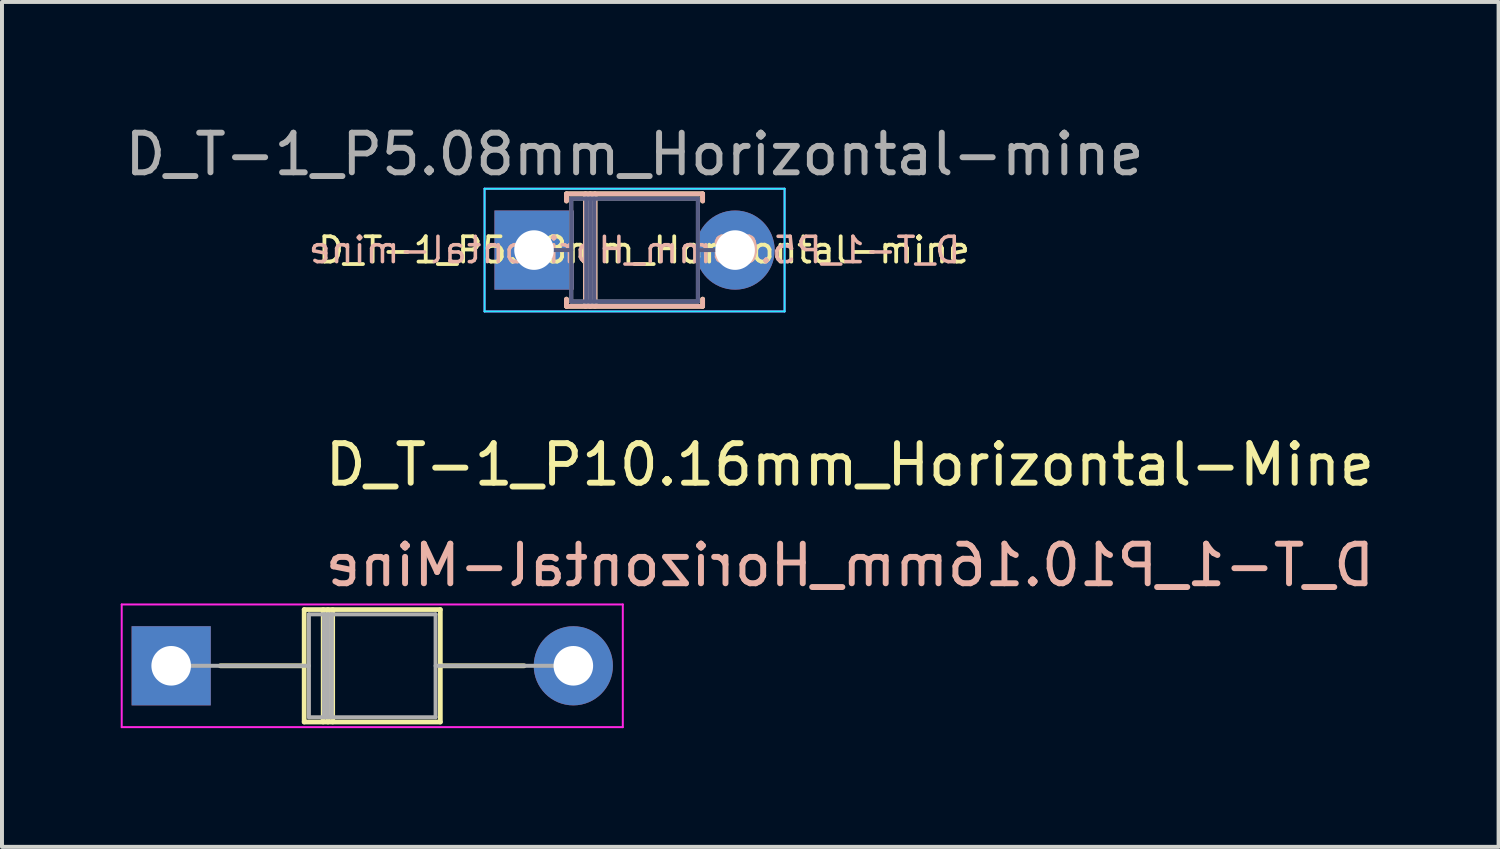
<source format=kicad_pcb>
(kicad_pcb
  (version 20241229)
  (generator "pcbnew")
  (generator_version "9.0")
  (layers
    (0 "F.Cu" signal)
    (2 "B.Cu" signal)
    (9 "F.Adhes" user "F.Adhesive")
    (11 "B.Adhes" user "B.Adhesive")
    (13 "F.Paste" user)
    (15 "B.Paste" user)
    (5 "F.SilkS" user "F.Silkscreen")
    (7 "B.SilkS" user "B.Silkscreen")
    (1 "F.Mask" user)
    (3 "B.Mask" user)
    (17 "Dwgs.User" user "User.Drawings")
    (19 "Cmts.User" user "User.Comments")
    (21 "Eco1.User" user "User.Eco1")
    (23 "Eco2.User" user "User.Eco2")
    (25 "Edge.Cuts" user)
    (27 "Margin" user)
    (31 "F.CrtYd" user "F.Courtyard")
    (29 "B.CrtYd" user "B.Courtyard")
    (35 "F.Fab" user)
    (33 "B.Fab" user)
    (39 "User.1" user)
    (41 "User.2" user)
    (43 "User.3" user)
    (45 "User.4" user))
  (footprint "D_T-1_P5.08mm_Horizontal-mine"
    (layer "F.Cu")
    (at 10.442 3.268)
    (property "Reference" "D_T-1_P5.08mm_Horizontal-mine" (at 2.54 -2.42 0) (layer "F.Fab") (effects (font (size 1 1) (thickness 0.15))))
    (attr through_hole)
    (fp_line (start 0.82 -1.42) (end 4.26 -1.42) (stroke (width 0.12) (type solid)) (layer "F.SilkS"))
    (fp_line (start 0.82 -1.24) (end 0.82 -1.42) (stroke (width 0.12) (type solid)) (layer "F.SilkS"))
    (fp_line (start 0.82 1.24) (end 0.82 1.42) (stroke (width 0.12) (type solid)) (layer "F.SilkS"))
    (fp_line (start 0.82 1.42) (end 4.26 1.42) (stroke (width 0.12) (type solid)) (layer "F.SilkS"))
    (fp_line (start 1.3 -1.42) (end 1.3 1.42) (stroke (width 0.12) (type solid)) (layer "F.SilkS"))
    (fp_line (start 1.42 -1.42) (end 1.42 1.42) (stroke (width 0.12) (type solid)) (layer "F.SilkS"))
    (fp_line (start 1.54 -1.42) (end 1.54 1.42) (stroke (width 0.12) (type solid)) (layer "F.SilkS"))
    (fp_line (start 4.26 -1.42) (end 4.26 -1.24) (stroke (width 0.12) (type solid)) (layer "F.SilkS"))
    (fp_line (start 4.26 1.42) (end 4.26 1.24) (stroke (width 0.12) (type solid)) (layer "F.SilkS"))
    (fp_line (start 0.82 -1.42) (end 4.26 -1.42) (stroke (width 0.12) (type solid)) (layer "B.SilkS"))
    (fp_line (start 0.82 -1.24) (end 0.82 -1.42) (stroke (width 0.12) (type solid)) (layer "B.SilkS"))
    (fp_line (start 0.82 1.24) (end 0.82 1.42) (stroke (width 0.12) (type solid)) (layer "B.SilkS"))
    (fp_line (start 0.82 1.42) (end 4.26 1.42) (stroke (width 0.12) (type solid)) (layer "B.SilkS"))
    (fp_line (start 1.3 -1.42) (end 1.3 1.42) (stroke (width 0.12) (type solid)) (layer "B.SilkS"))
    (fp_line (start 1.42 -1.42) (end 1.42 1.42) (stroke (width 0.12) (type solid)) (layer "B.SilkS"))
    (fp_line (start 1.54 -1.42) (end 1.54 1.42) (stroke (width 0.12) (type solid)) (layer "B.SilkS"))
    (fp_line (start 4.26 -1.42) (end 4.26 -1.24) (stroke (width 0.12) (type solid)) (layer "B.SilkS"))
    (fp_line (start 4.26 1.42) (end 4.26 1.24) (stroke (width 0.12) (type solid)) (layer "B.SilkS"))
    (fp_line (start -1.25 -1.55) (end -1.25 1.55) (stroke (width 0.05) (type solid)) (layer "B.CrtYd"))
    (fp_line (start -1.25 1.55) (end 6.33 1.55) (stroke (width 0.05) (type solid)) (layer "B.CrtYd"))
    (fp_line (start 6.33 -1.55) (end -1.25 -1.55) (stroke (width 0.05) (type solid)) (layer "B.CrtYd"))
    (fp_line (start 6.33 1.55) (end 6.33 -1.55) (stroke (width 0.05) (type solid)) (layer "B.CrtYd"))
    (fp_line (start -1.25 -1.55) (end -1.25 1.55) (stroke (width 0.05) (type solid)) (layer "F.CrtYd"))
    (fp_line (start -1.25 1.55) (end 6.33 1.55) (stroke (width 0.05) (type solid)) (layer "F.CrtYd"))
    (fp_line (start 6.33 -1.55) (end -1.25 -1.55) (stroke (width 0.05) (type solid)) (layer "F.CrtYd"))
    (fp_line (start 6.33 1.55) (end 6.33 -1.55) (stroke (width 0.05) (type solid)) (layer "F.CrtYd"))
    (fp_line (start 0 0) (end 0.94 0) (stroke (width 0.1) (type solid)) (layer "B.Fab"))
    (fp_line (start 0.94 -1.3) (end 0.94 1.3) (stroke (width 0.1) (type solid)) (layer "B.Fab"))
    (fp_line (start 0.94 1.3) (end 4.14 1.3) (stroke (width 0.1) (type solid)) (layer "B.Fab"))
    (fp_line (start 1.32 -1.3) (end 1.32 1.3) (stroke (width 0.1) (type solid)) (layer "B.Fab"))
    (fp_line (start 1.42 -1.3) (end 1.42 1.3) (stroke (width 0.1) (type solid)) (layer "B.Fab"))
    (fp_line (start 1.52 -1.3) (end 1.52 1.3) (stroke (width 0.1) (type solid)) (layer "B.Fab"))
    (fp_line (start 4.14 -1.3) (end 0.94 -1.3) (stroke (width 0.1) (type solid)) (layer "B.Fab"))
    (fp_line (start 4.14 1.3) (end 4.14 -1.3) (stroke (width 0.1) (type solid)) (layer "B.Fab"))
    (fp_line (start 5.08 0) (end 4.14 0) (stroke (width 0.1) (type solid)) (layer "B.Fab"))
    (fp_line (start 0 0) (end 0.94 0) (stroke (width 0.1) (type solid)) (layer "F.Fab"))
    (fp_line (start 0.94 -1.3) (end 0.94 1.3) (stroke (width 0.1) (type solid)) (layer "F.Fab"))
    (fp_line (start 0.94 1.3) (end 4.14 1.3) (stroke (width 0.1) (type solid)) (layer "F.Fab"))
    (fp_line (start 1.32 -1.3) (end 1.32 1.3) (stroke (width 0.1) (type solid)) (layer "F.Fab"))
    (fp_line (start 1.42 -1.3) (end 1.42 1.3) (stroke (width 0.1) (type solid)) (layer "F.Fab"))
    (fp_line (start 1.52 -1.3) (end 1.52 1.3) (stroke (width 0.1) (type solid)) (layer "F.Fab"))
    (fp_line (start 4.14 -1.3) (end 0.94 -1.3) (stroke (width 0.1) (type solid)) (layer "F.Fab"))
    (fp_line (start 4.14 1.3) (end 4.14 -1.3) (stroke (width 0.1) (type solid)) (layer "F.Fab"))
    (fp_line (start 5.08 0) (end 4.14 0) (stroke (width 0.1) (type solid)) (layer "F.Fab"))
    (fp_text user "${REFERENCE}" (at 2.78 0 0) (layer "F.SilkS") (effects (font (size 0.64 0.64) (thickness 0.096))))
    (fp_text user "${REFERENCE}" (at 2.54 0 0) (layer "B.SilkS") (effects (font (size 0.64 0.64) (thickness 0.09)) (justify mirror)))
    (pad "1" thru_hole rect (at 0 0) (size 2 2) (drill 1) (layers "*.Cu" "*.Mask"))
    (pad "2" thru_hole oval (at 5.08 0) (size 2 2) (drill 1) (layers "*.Cu" "*.Mask")))
  (footprint "D_T-1_P10.16mm_Horizontal-Mine"
    (layer "F.Cu")
    (at 1.275 13.771)
    (property "Reference" "D_T-1_P10.16mm_Horizontal-Mine" (at 3.81 -5.08 0) (layer "F.SilkS") (effects (font (size 1 1) (thickness 0.15)) (justify left)))
    (attr through_hole)
    (fp_line (start 1.24 0) (end 3.36 0) (stroke (width 0.12) (type solid)) (layer "F.SilkS"))
    (fp_line (start 3.36 -1.42) (end 3.36 1.42) (stroke (width 0.12) (type solid)) (layer "F.SilkS"))
    (fp_line (start 3.36 1.42) (end 6.8 1.42) (stroke (width 0.12) (type solid)) (layer "F.SilkS"))
    (fp_line (start 3.84 -1.42) (end 3.84 1.42) (stroke (width 0.12) (type solid)) (layer "F.SilkS"))
    (fp_line (start 3.96 -1.42) (end 3.96 1.42) (stroke (width 0.12) (type solid)) (layer "F.SilkS"))
    (fp_line (start 4.08 -1.42) (end 4.08 1.42) (stroke (width 0.12) (type solid)) (layer "F.SilkS"))
    (fp_line (start 6.8 -1.42) (end 3.36 -1.42) (stroke (width 0.12) (type solid)) (layer "F.SilkS"))
    (fp_line (start 6.8 1.42) (end 6.8 -1.42) (stroke (width 0.12) (type solid)) (layer "F.SilkS"))
    (fp_line (start 8.92 0) (end 6.8 0) (stroke (width 0.12) (type solid)) (layer "F.SilkS"))
    (fp_line (start -1.25 -1.55) (end -1.25 1.55) (stroke (width 0.05) (type solid)) (layer "F.CrtYd"))
    (fp_line (start -1.25 1.55) (end 11.41 1.55) (stroke (width 0.05) (type solid)) (layer "F.CrtYd"))
    (fp_line (start 11.41 -1.55) (end -1.25 -1.55) (stroke (width 0.05) (type solid)) (layer "F.CrtYd"))
    (fp_line (start 11.41 1.55) (end 11.41 -1.55) (stroke (width 0.05) (type solid)) (layer "F.CrtYd"))
    (fp_line (start 0 0) (end 3.48 0) (stroke (width 0.1) (type solid)) (layer "F.Fab"))
    (fp_line (start 3.48 -1.3) (end 3.48 1.3) (stroke (width 0.1) (type solid)) (layer "F.Fab"))
    (fp_line (start 3.48 1.3) (end 6.68 1.3) (stroke (width 0.1) (type solid)) (layer "F.Fab"))
    (fp_line (start 3.86 -1.3) (end 3.86 1.3) (stroke (width 0.1) (type solid)) (layer "F.Fab"))
    (fp_line (start 3.96 -1.3) (end 3.96 1.3) (stroke (width 0.1) (type solid)) (layer "F.Fab"))
    (fp_line (start 4.06 -1.3) (end 4.06 1.3) (stroke (width 0.1) (type solid)) (layer "F.Fab"))
    (fp_line (start 6.68 -1.3) (end 3.48 -1.3) (stroke (width 0.1) (type solid)) (layer "F.Fab"))
    (fp_line (start 6.68 1.3) (end 6.68 -1.3) (stroke (width 0.1) (type solid)) (layer "F.Fab"))
    (fp_line (start 10.16 0) (end 6.68 0) (stroke (width 0.1) (type solid)) (layer "F.Fab"))
    (fp_text user "${REFERENCE}" (at 3.81 -2.54 0) (layer "B.SilkS") (effects (font (size 1 1) (thickness 0.15)) (justify right mirror)))
    (pad "1" thru_hole rect (at 0 0) (size 2 2) (drill 1) (layers "*.Cu" "*.Mask"))
    (pad "2" thru_hole oval (at 10.16 0) (size 2 2) (drill 1) (layers "*.Cu" "*.Mask")))
  (gr_rect
    (start -3 -3)
    (end 34.811 18.346)
    (stroke (width 0.1) (type default))
    (fill no)
    (layer "Edge.Cuts")))
</source>
